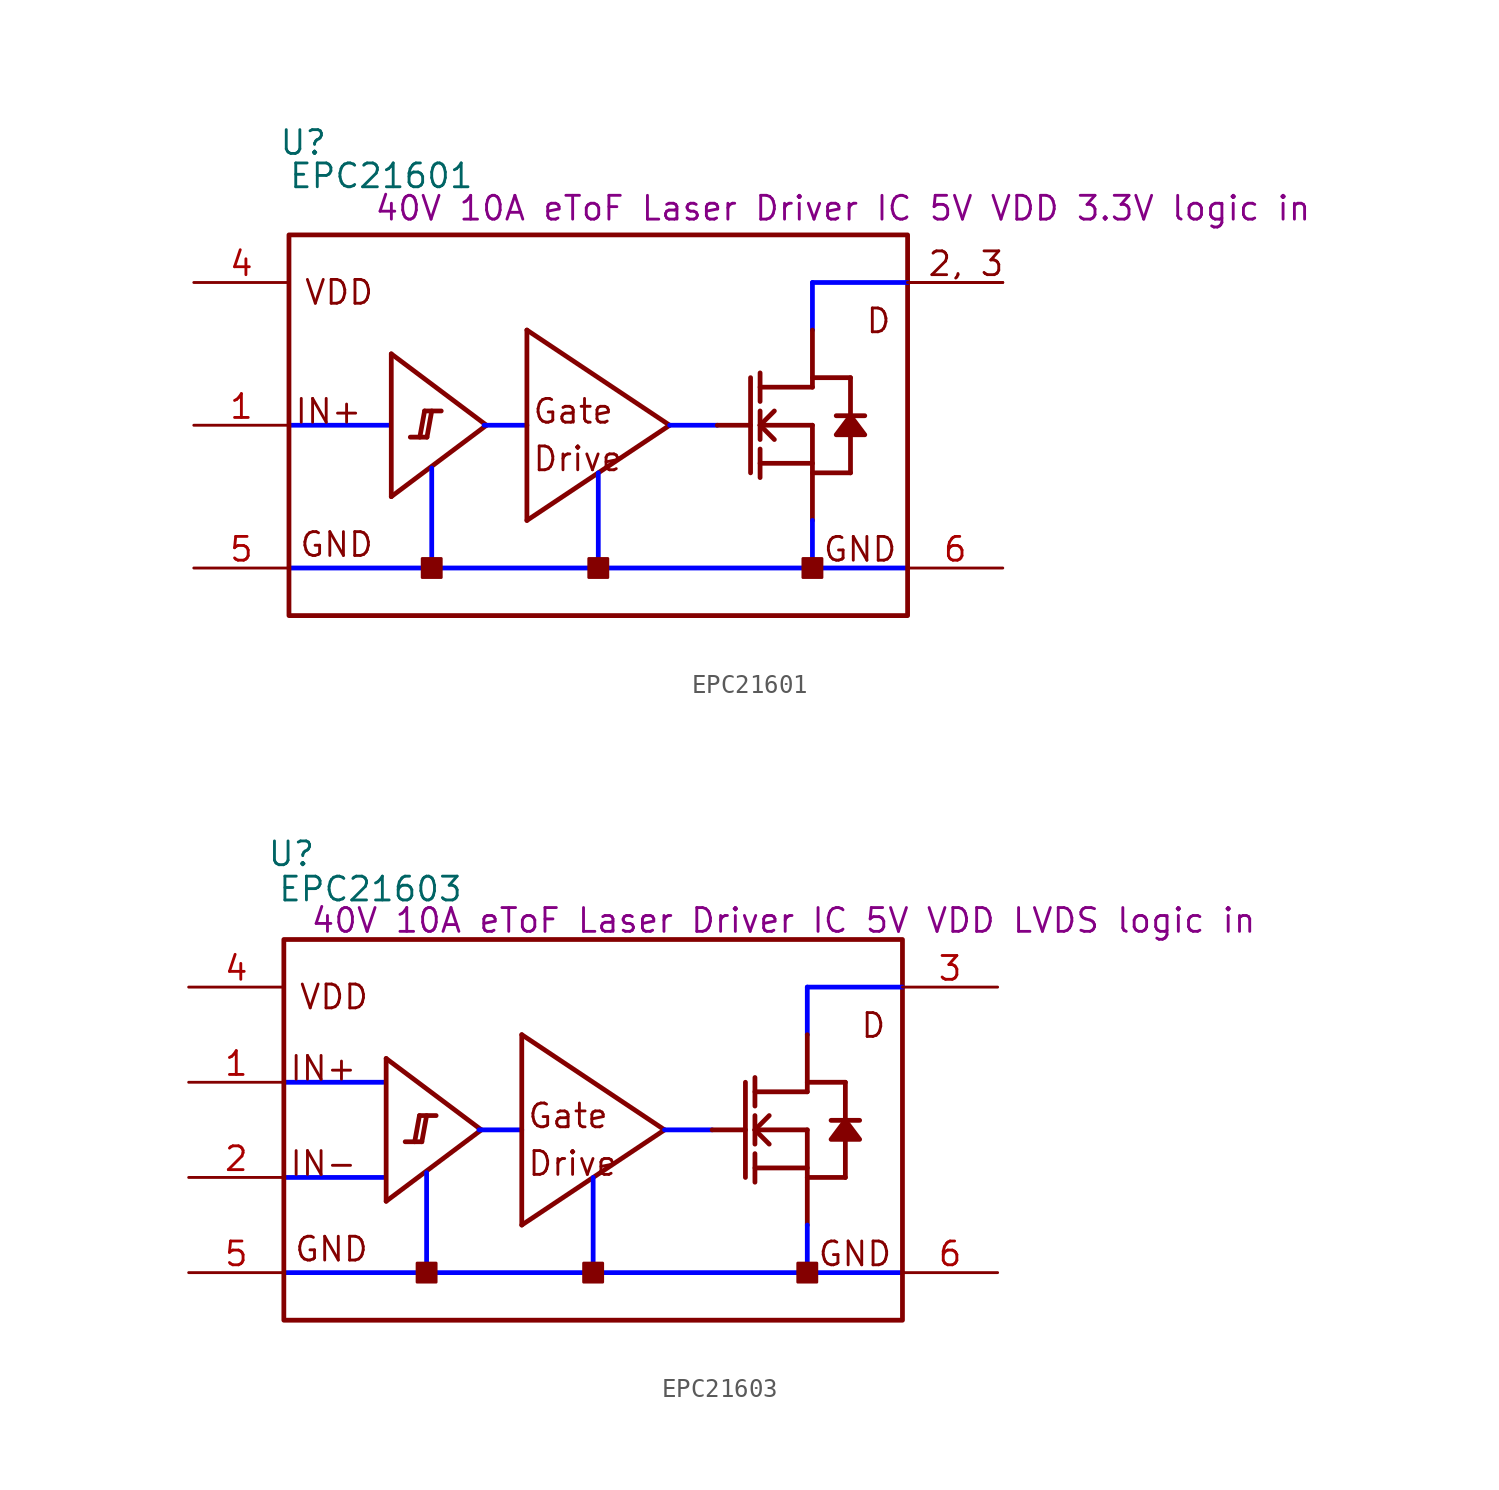
<source format=kicad_sym>
(kicad_symbol_lib
  (version 20241209)
  (generator "kicad_symbol_editor")
  (generator_version "9.0")
  (symbol "EPC21601"
    (property "Reference" "U"
      (at 0.762 25.248 0)
      (effects (font (size 1.27 1.27))))
    (property "Value" "EPC21601"
      (at 4.928 23.47 0)
      (effects (font (size 1.27 1.27))))
    (property "Description" "40V 10A eToF Laser Driver IC 5V VDD 3.3V logic in"
      (at 29.566 21.742 0)
      (effects (font (size 1.27 1.27))))
    (symbol "EPC21601_1_0"
      (polyline (pts (xy 0 10.16) (xy 5.334 10.16)) (stroke (width 0.254) (type solid) (color 0 0 255 1)) (fill (type none)))
      (polyline (pts (xy 0 2.54) (xy 33.02 2.54)) (stroke (width 0.254) (type solid) (color 0 0 255 1)) (fill (type none)))
      (polyline (pts (xy 5.461 13.97) (xy 5.461 6.35)) (stroke (width 0.254) (type solid)) (fill (type none)))
      (polyline (pts (xy 5.461 13.97) (xy 10.541 10.16)) (stroke (width 0.254) (type solid)) (fill (type none)))
      (polyline (pts (xy 5.461 6.35) (xy 10.541 10.16)) (stroke (width 0.254) (type solid)) (fill (type none)))
      (polyline (pts (xy 6.985 9.525) (xy 7.239 10.922)) (stroke (width 0.254) (type solid)) (fill (type none)))
      (polyline (pts (xy 7.366 9.525) (xy 6.477 9.525)) (stroke (width 0.254) (type solid)) (fill (type none)))
      (polyline (pts (xy 7.366 9.525) (xy 7.62 10.922)) (stroke (width 0.254) (type solid)) (fill (type none)))
      (polyline (pts (xy 7.62 2.54) (xy 7.62 7.874)) (stroke (width 0.254) (type solid) (color 0 0 255 1)) (fill (type none)))
      (polyline (pts (xy 8.128 10.922) (xy 7.239 10.922)) (stroke (width 0.254) (type solid)) (fill (type none)))
      (rectangle (start 8.128 3.048) (end 7.112 2.032) (stroke (width 0) (type solid)) (fill (type outline)))
      (polyline (pts (xy 10.414 10.16) (xy 12.7 10.16)) (stroke (width 0.254) (type solid) (color 0 0 255 1)) (fill (type none)))
      (polyline (pts (xy 12.7 15.24) (xy 12.7 5.08)) (stroke (width 0.254) (type solid)) (fill (type none)))
      (polyline (pts (xy 12.7 15.24) (xy 20.32 10.16)) (stroke (width 0.254) (type solid)) (fill (type none)))
      (polyline (pts (xy 12.7 5.08) (xy 20.32 10.16)) (stroke (width 0.254) (type solid)) (fill (type none)))
      (polyline (pts (xy 16.51 2.54) (xy 16.51 7.62)) (stroke (width 0.254) (type solid) (color 0 0 255 1)) (fill (type none)))
      (rectangle (start 17.018 3.048) (end 16.002 2.032) (stroke (width 0) (type solid)) (fill (type outline)))
      (polyline (pts (xy 20.32 10.16) (xy 22.86 10.16)) (stroke (width 0.254) (type solid) (color 0 0 255 1)) (fill (type none)))
      (polyline (pts (xy 22.86 10.16) (xy 24.638 10.16)) (stroke (width 0.254) (type solid)) (fill (type none)))
      (polyline (pts (xy 24.638 12.7) (xy 24.638 7.62)) (stroke (width 0.254) (type solid)) (fill (type none)))
      (polyline (pts (xy 25.146 11.43) (xy 25.146 12.954)) (stroke (width 0.254) (type solid)) (fill (type none)))
      (polyline (pts (xy 25.146 10.16) (xy 25.908 10.922)) (stroke (width 0.254) (type solid)) (fill (type none)))
      (polyline (pts (xy 25.146 10.16) (xy 27.94 10.16)) (stroke (width 0.254) (type solid)) (fill (type none)))
      (polyline (pts (xy 25.146 9.398) (xy 25.146 10.922)) (stroke (width 0.254) (type solid)) (fill (type none)))
      (polyline (pts (xy 25.146 8.128) (xy 27.94 8.128)) (stroke (width 0.254) (type solid)) (fill (type none)))
      (polyline (pts (xy 25.146 7.366) (xy 25.146 8.89)) (stroke (width 0.254) (type solid)) (fill (type none)))
      (polyline (pts (xy 25.908 9.398) (xy 25.146 10.16)) (stroke (width 0.254) (type solid)) (fill (type none)))
      (polyline (pts (xy 27.94 17.78) (xy 27.94 15.24)) (stroke (width 0.254) (type solid) (color 0 0 255 1)) (fill (type none)))
      (polyline (pts (xy 27.94 12.7) (xy 29.972 12.7)) (stroke (width 0.254) (type solid)) (fill (type none)))
      (polyline (pts (xy 27.94 12.192) (xy 25.146 12.192)) (stroke (width 0.254) (type solid)) (fill (type none)))
      (polyline (pts (xy 27.94 12.192) (xy 27.94 15.24)) (stroke (width 0.254) (type solid)) (fill (type none)))
      (polyline (pts (xy 27.94 10.16) (xy 27.94 5.08)) (stroke (width 0.254) (type solid)) (fill (type none)))
      (polyline (pts (xy 27.94 7.62) (xy 29.972 7.62)) (stroke (width 0.254) (type solid)) (fill (type none)))
      (polyline (pts (xy 27.94 2.54) (xy 27.94 5.08)) (stroke (width 0.254) (type solid) (color 0 0 255 1)) (fill (type none)))
      (rectangle (start 28.448 3.048) (end 27.432 2.032) (stroke (width 0) (type solid)) (fill (type outline)))
      (polyline (pts (xy 29.972 12.7) (xy 29.972 10.668)) (stroke (width 0.254) (type solid)) (fill (type none)))
      (polyline (pts (xy 29.972 10.668) (xy 29.21 9.652) (xy 30.734 9.652) (xy 29.972 10.668)) (stroke (width 0.254) (type solid)) (fill (type outline)))
      (polyline (pts (xy 29.972 9.652) (xy 29.972 7.62)) (stroke (width 0.254) (type solid)) (fill (type none)))
      (polyline (pts (xy 30.734 10.668) (xy 29.21 10.668)) (stroke (width 0.254) (type solid)) (fill (type none)))
      (rectangle (start 33.02 20.32) (end 0 0) (stroke (width 0.254) (type solid)) (fill (type none)))
      (polyline (pts (xy 33.02 17.78) (xy 27.94 17.78)) (stroke (width 0.254) (type solid) (color 0 0 255 1)) (fill (type none)))
      (text "IN+" (at 0.254 10.16 0) (effects (font (size 1.27 1.27)) (justify left bottom)))
      (text "GND" (at 0.508 3.048 0) (effects (font (size 1.27 1.27)) (justify left bottom)))
      (text "VDD" (at 0.762 16.51 0) (effects (font (size 1.27 1.27)) (justify left bottom)))
      (text "Gate" (at 12.954 10.16 0) (effects (font (size 1.27 1.27)) (justify left bottom)))
      (text "Drive" (at 12.954 7.62 0) (effects (font (size 1.27 1.27)) (justify left bottom)))
      (text "GND" (at 28.448 2.794 0) (effects (font (size 1.27 1.27)) (justify left bottom)))
      (text "D" (at 30.734 14.986 0) (effects (font (size 1.27 1.27)) (justify left bottom)))
      (text "2, 3" (at 34.036 18.034 0) (effects (font (size 1.27 1.27)) (justify left bottom)))
      (pin passive line (at -5.08 17.78 0) (length 5.08) (name "VDD" (effects (font (size 0 0)))) (number "4" (effects (font (size 1.27 1.27)))))
      (pin passive line (at -5.08 10.16 0) (length 5.08) (name "IN+" (effects (font (size 0 0)))) (number "1" (effects (font (size 1.27 1.27)))))
      (pin passive line (at -5.08 2.54 0) (length 5.08) (name "GND" (effects (font (size 0 0)))) (number "5" (effects (font (size 1.27 1.27)))))
      (pin passive line (at 38.1 17.78 180) (length 5.08) (name "D" (effects (font (size 0 0)))) (number "2" (effects (font (size 0 0)))))
      (pin passive line (at 38.1 17.78 180) (length 5.08) (name "D" (effects (font (size 0 0)))) (number "3" (effects (font (size 0 0)))))
      (pin passive line (at 38.1 2.54 180) (length 5.08) (name "GND" (effects (font (size 0 0)))) (number "6" (effects (font (size 1.27 1.27)))))))
  (symbol "EPC21603"
    (property "Reference" "U"
      (at 0.406 24.892 0)
      (effects (font (size 1.27 1.27))))
    (property "Value" "EPC21603"
      (at 4.623 23.012 0)
      (effects (font (size 1.27 1.27))))
    (property "Description" "40V 10A eToF Laser Driver IC 5V VDD LVDS logic in"
      (at 26.67 21.336 0)
      (effects (font (size 1.27 1.27))))
    (symbol "EPC21603_1_0"
      (polyline (pts (xy 0 12.7) (xy 5.334 12.7)) (stroke (width 0.254) (type solid) (color 0 0 255 1)) (fill (type none)))
      (polyline (pts (xy 0 7.62) (xy 5.334 7.62)) (stroke (width 0.254) (type solid) (color 0 0 255 1)) (fill (type none)))
      (polyline (pts (xy 0 2.54) (xy 33.02 2.54)) (stroke (width 0.254) (type solid) (color 0 0 255 1)) (fill (type none)))
      (polyline (pts (xy 5.461 13.97) (xy 5.461 6.35)) (stroke (width 0.254) (type solid)) (fill (type none)))
      (polyline (pts (xy 5.461 13.97) (xy 10.541 10.16)) (stroke (width 0.254) (type solid)) (fill (type none)))
      (polyline (pts (xy 5.461 6.35) (xy 10.541 10.16)) (stroke (width 0.254) (type solid)) (fill (type none)))
      (polyline (pts (xy 6.985 9.525) (xy 7.239 10.922)) (stroke (width 0.254) (type solid)) (fill (type none)))
      (polyline (pts (xy 7.366 9.525) (xy 6.477 9.525)) (stroke (width 0.254) (type solid)) (fill (type none)))
      (polyline (pts (xy 7.366 9.525) (xy 7.62 10.922)) (stroke (width 0.254) (type solid)) (fill (type none)))
      (polyline (pts (xy 7.62 2.54) (xy 7.62 7.874)) (stroke (width 0.254) (type solid) (color 0 0 255 1)) (fill (type none)))
      (polyline (pts (xy 8.128 10.922) (xy 7.239 10.922)) (stroke (width 0.254) (type solid)) (fill (type none)))
      (rectangle (start 8.128 3.048) (end 7.112 2.032) (stroke (width 0) (type solid)) (fill (type outline)))
      (polyline (pts (xy 10.414 10.16) (xy 12.7 10.16)) (stroke (width 0.254) (type solid) (color 0 0 255 1)) (fill (type none)))
      (polyline (pts (xy 12.7 15.24) (xy 12.7 5.08)) (stroke (width 0.254) (type solid)) (fill (type none)))
      (polyline (pts (xy 12.7 15.24) (xy 20.32 10.16)) (stroke (width 0.254) (type solid)) (fill (type none)))
      (polyline (pts (xy 12.7 5.08) (xy 20.32 10.16)) (stroke (width 0.254) (type solid)) (fill (type none)))
      (polyline (pts (xy 16.51 2.54) (xy 16.51 7.62)) (stroke (width 0.254) (type solid) (color 0 0 255 1)) (fill (type none)))
      (rectangle (start 17.018 3.048) (end 16.002 2.032) (stroke (width 0) (type solid)) (fill (type outline)))
      (polyline (pts (xy 20.32 10.16) (xy 22.86 10.16)) (stroke (width 0.254) (type solid) (color 0 0 255 1)) (fill (type none)))
      (polyline (pts (xy 22.86 10.16) (xy 24.638 10.16)) (stroke (width 0.254) (type solid)) (fill (type none)))
      (polyline (pts (xy 24.638 12.7) (xy 24.638 7.62)) (stroke (width 0.254) (type solid)) (fill (type none)))
      (polyline (pts (xy 25.146 11.43) (xy 25.146 12.954)) (stroke (width 0.254) (type solid)) (fill (type none)))
      (polyline (pts (xy 25.146 10.16) (xy 25.908 10.922)) (stroke (width 0.254) (type solid)) (fill (type none)))
      (polyline (pts (xy 25.146 10.16) (xy 27.94 10.16)) (stroke (width 0.254) (type solid)) (fill (type none)))
      (polyline (pts (xy 25.146 9.398) (xy 25.146 10.922)) (stroke (width 0.254) (type solid)) (fill (type none)))
      (polyline (pts (xy 25.146 8.128) (xy 27.94 8.128)) (stroke (width 0.254) (type solid)) (fill (type none)))
      (polyline (pts (xy 25.146 7.366) (xy 25.146 8.89)) (stroke (width 0.254) (type solid)) (fill (type none)))
      (polyline (pts (xy 25.908 9.398) (xy 25.146 10.16)) (stroke (width 0.254) (type solid)) (fill (type none)))
      (polyline (pts (xy 27.94 17.78) (xy 27.94 15.24)) (stroke (width 0.254) (type solid) (color 0 0 255 1)) (fill (type none)))
      (polyline (pts (xy 27.94 12.7) (xy 29.972 12.7)) (stroke (width 0.254) (type solid)) (fill (type none)))
      (polyline (pts (xy 27.94 12.192) (xy 25.146 12.192)) (stroke (width 0.254) (type solid)) (fill (type none)))
      (polyline (pts (xy 27.94 12.192) (xy 27.94 15.24)) (stroke (width 0.254) (type solid)) (fill (type none)))
      (polyline (pts (xy 27.94 10.16) (xy 27.94 5.08)) (stroke (width 0.254) (type solid)) (fill (type none)))
      (polyline (pts (xy 27.94 7.62) (xy 29.972 7.62)) (stroke (width 0.254) (type solid)) (fill (type none)))
      (polyline (pts (xy 27.94 2.54) (xy 27.94 5.08)) (stroke (width 0.254) (type solid) (color 0 0 255 1)) (fill (type none)))
      (rectangle (start 28.448 3.048) (end 27.432 2.032) (stroke (width 0) (type solid)) (fill (type outline)))
      (polyline (pts (xy 29.972 12.7) (xy 29.972 10.668)) (stroke (width 0.254) (type solid)) (fill (type none)))
      (polyline (pts (xy 29.972 10.668) (xy 29.21 9.652) (xy 30.734 9.652) (xy 29.972 10.668)) (stroke (width 0.254) (type solid)) (fill (type outline)))
      (polyline (pts (xy 29.972 9.652) (xy 29.972 7.62)) (stroke (width 0.254) (type solid)) (fill (type none)))
      (polyline (pts (xy 30.734 10.668) (xy 29.21 10.668)) (stroke (width 0.254) (type solid)) (fill (type none)))
      (rectangle (start 33.02 20.32) (end 0 0) (stroke (width 0.254) (type solid)) (fill (type none)))
      (polyline (pts (xy 33.02 17.78) (xy 27.94 17.78)) (stroke (width 0.254) (type solid) (color 0 0 255 1)) (fill (type none)))
      (text "IN+" (at 0.254 12.7 0) (effects (font (size 1.27 1.27)) (justify left bottom)))
      (text "IN-" (at 0.254 7.62 0) (effects (font (size 1.27 1.27)) (justify left bottom)))
      (text "GND" (at 0.508 3.048 0) (effects (font (size 1.27 1.27)) (justify left bottom)))
      (text "VDD" (at 0.762 16.51 0) (effects (font (size 1.27 1.27)) (justify left bottom)))
      (text "Gate" (at 12.954 10.16 0) (effects (font (size 1.27 1.27)) (justify left bottom)))
      (text "Drive" (at 12.954 7.62 0) (effects (font (size 1.27 1.27)) (justify left bottom)))
      (text "GND" (at 28.448 2.794 0) (effects (font (size 1.27 1.27)) (justify left bottom)))
      (text "D" (at 30.734 14.986 0) (effects (font (size 1.27 1.27)) (justify left bottom)))
      (pin passive line (at -5.08 17.78 0) (length 5.08) (name "VDD" (effects (font (size 0 0)))) (number "4" (effects (font (size 1.27 1.27)))))
      (pin passive line (at -5.08 12.7 0) (length 5.08) (name "IN+" (effects (font (size 0 0)))) (number "1" (effects (font (size 1.27 1.27)))))
      (pin passive line (at -5.08 7.62 0) (length 5.08) (name "IN-" (effects (font (size 0 0)))) (number "2" (effects (font (size 1.27 1.27)))))
      (pin passive line (at -5.08 2.54 0) (length 5.08) (name "GND" (effects (font (size 0 0)))) (number "5" (effects (font (size 1.27 1.27)))))
      (pin passive line (at 38.1 17.78 180) (length 5.08) (name "D" (effects (font (size 0 0)))) (number "3" (effects (font (size 1.27 1.27)))))
      (pin passive line (at 38.1 2.54 180) (length 5.08) (name "GND" (effects (font (size 0 0)))) (number "6" (effects (font (size 1.27 1.27))))))))
</source>
